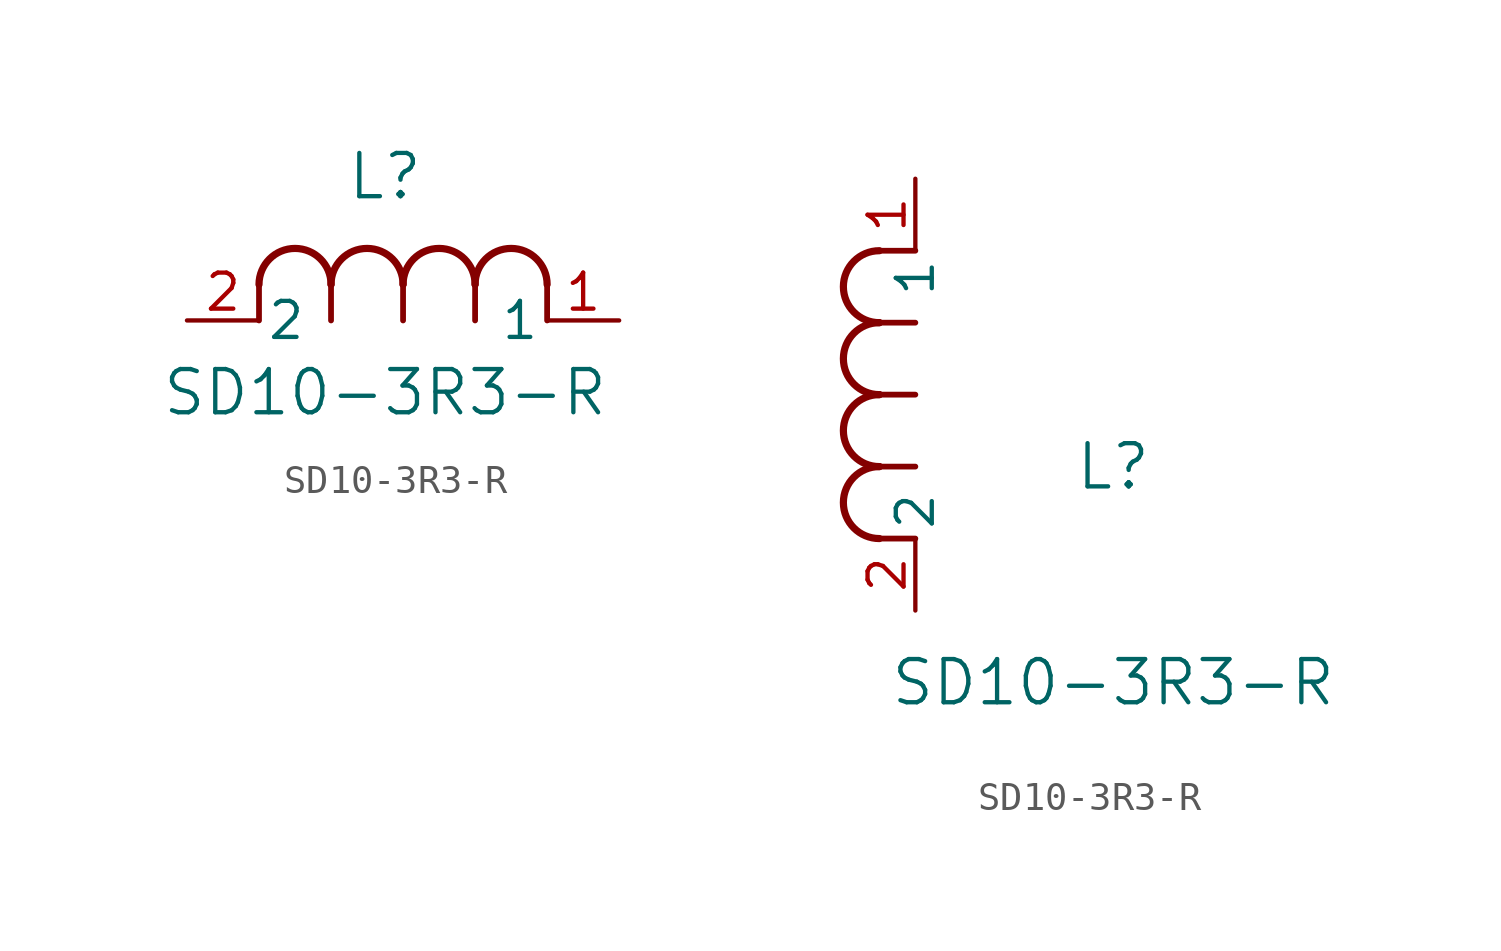
<source format=kicad_sym>
(kicad_symbol_lib
  (version 20211014)
  (generator kicad_symbol_editor)
  (symbol "SD10-3R3-R"
    (pin_names
      (offset 0.254))
    (property "Reference" "L"
      (at 6.985 5.08 0)
      (effects (font (size 1.524 1.524))))
    (property "Value" "SD10-3R3-R"
      (at 6.985 -2.54 0)
      (effects (font (size 1.524 1.524))))
    (symbol "SD10-3R3-R_1_1"
      (arc (start 7.62 1.27) (mid 6.35 2.54) (end 5.08 1.27) (stroke (width 0.254) (type default) (color 0 0 0 0)) (fill (type none)))
      (polyline (pts (xy 5.08 0) (xy 5.08 1.27)) (stroke (width 0.203) (type default) (color 0 0 0 0)) (fill (type none)))
      (polyline (pts (xy 7.62 0) (xy 7.62 1.27)) (stroke (width 0.203) (type default) (color 0 0 0 0)) (fill (type none)))
      (polyline (pts (xy 12.7 0) (xy 12.7 1.27)) (stroke (width 0.203) (type default) (color 0 0 0 0)) (fill (type none)))
      (arc (start 5.08 1.27) (mid 3.81 2.54) (end 2.54 1.27) (stroke (width 0.254) (type default) (color 0 0 0 0)) (fill (type none)))
      (arc (start 10.16 1.27) (mid 8.89 2.54) (end 7.62 1.27) (stroke (width 0.254) (type default) (color 0 0 0 0)) (fill (type none)))
      (arc (start 12.7 1.27) (mid 11.43 2.54) (end 10.16 1.27) (stroke (width 0.254) (type default) (color 0 0 0 0)) (fill (type none)))
      (polyline (pts (xy 2.54 0) (xy 2.54 1.27)) (stroke (width 0.203) (type default) (color 0 0 0 0)) (fill (type none)))
      (polyline (pts (xy 10.16 0) (xy 10.16 1.27)) (stroke (width 0.203) (type default) (color 0 0 0 0)) (fill (type none)))
      (pin unspecified line (at 0 0 0) (length 2.54) (name "2" (effects (font (size 1.27 1.27)))) (number "2" (effects (font (size 1.27 1.27)))))
      (pin unspecified line (at 15.24 0 180) (length 2.54) (name "1" (effects (font (size 1.27 1.27)))) (number "1" (effects (font (size 1.27 1.27))))))
    (symbol "SD10-3R3-R_1_2"
      (arc (start -1.27 7.62) (mid -2.54 6.35) (end -1.27 5.08) (stroke (width 0.254) (type default) (color 0 0 0 0)) (fill (type none)))
      (arc (start -1.27 5.08) (mid -2.54 3.81) (end -1.27 2.54) (stroke (width 0.254) (type default) (color 0 0 0 0)) (fill (type none)))
      (arc (start -1.27 12.7) (mid -2.54 11.43) (end -1.27 10.16) (stroke (width 0.254) (type default) (color 0 0 0 0)) (fill (type none)))
      (arc (start -1.27 10.16) (mid -2.54 8.89) (end -1.27 7.62) (stroke (width 0.254) (type default) (color 0 0 0 0)) (fill (type none)))
      (polyline (pts (xy 0 7.62) (xy -1.27 7.62)) (stroke (width 0.203) (type default) (color 0 0 0 0)) (fill (type none)))
      (polyline (pts (xy 0 5.08) (xy -1.27 5.08)) (stroke (width 0.203) (type default) (color 0 0 0 0)) (fill (type none)))
      (polyline (pts (xy 0 12.7) (xy -1.27 12.7)) (stroke (width 0.203) (type default) (color 0 0 0 0)) (fill (type none)))
      (polyline (pts (xy 0 2.54) (xy -1.27 2.54)) (stroke (width 0.203) (type default) (color 0 0 0 0)) (fill (type none)))
      (polyline (pts (xy 0 10.16) (xy -1.27 10.16)) (stroke (width 0.203) (type default) (color 0 0 0 0)) (fill (type none)))
      (pin unspecified line (at 0 0 90) (length 2.54) (name "2" (effects (font (size 1.27 1.27)))) (number "2" (effects (font (size 1.27 1.27)))))
      (pin unspecified line (at 0 15.24 270) (length 2.54) (name "1" (effects (font (size 1.27 1.27)))) (number "1" (effects (font (size 1.27 1.27))))))))
</source>
